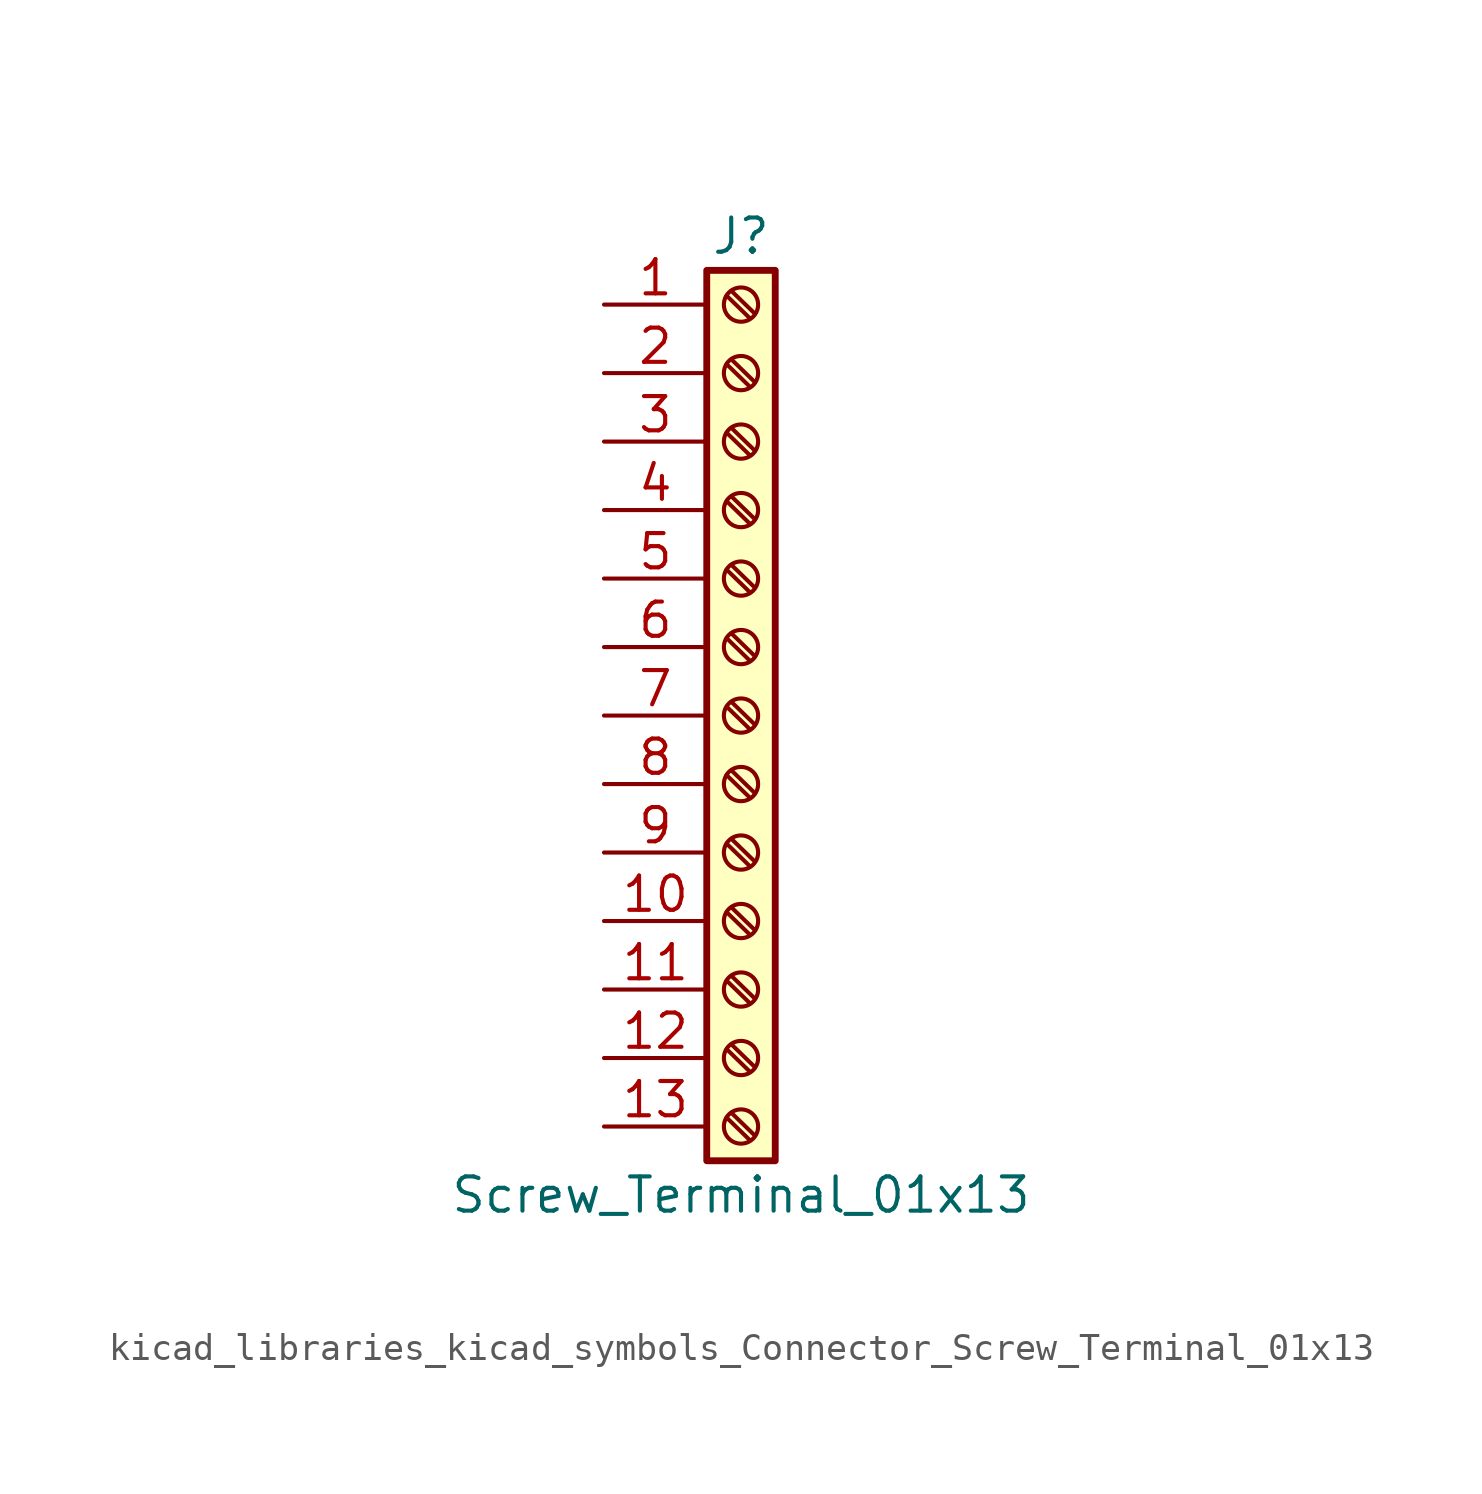
<source format=kicad_sym>
(kicad_symbol_lib
  (version 20220914)
  (generator kicad_symbol_editor)
  (symbol "kicad_libraries_kicad_symbols_Connector_Screw_Terminal_01x13"
    (pin_names
      (offset 1.016) hide)
    (property "Reference" "J"
      (at 0 17.78 0)
      (effects (font (size 1.27 1.27))))
    (property "Value" "Screw_Terminal_01x13"
      (at 0 -17.78 0)
      (effects (font (size 1.27 1.27))))
    (symbol "kicad_libraries_kicad_symbols_Connector_Screw_Terminal_01x13_1_1"
      (rectangle (start -1.27 16.51) (end 1.27 -16.51) (stroke (width 0.254) (type default)) (fill (type background)))
      (circle (center 0 -15.24) (radius 0.635) (stroke (width 0.152) (type default)) (fill (type none)))
      (circle (center 0 -12.7) (radius 0.635) (stroke (width 0.152) (type default)) (fill (type none)))
      (circle (center 0 -10.16) (radius 0.635) (stroke (width 0.152) (type default)) (fill (type none)))
      (circle (center 0 -7.62) (radius 0.635) (stroke (width 0.152) (type default)) (fill (type none)))
      (circle (center 0 -5.08) (radius 0.635) (stroke (width 0.152) (type default)) (fill (type none)))
      (circle (center 0 -2.54) (radius 0.635) (stroke (width 0.152) (type default)) (fill (type none)))
      (polyline (pts (xy -0.533 -14.91) (xy 0.33 -15.748)) (stroke (width 0.152) (type default)) (fill (type none)))
      (polyline (pts (xy -0.533 -12.37) (xy 0.33 -13.208)) (stroke (width 0.152) (type default)) (fill (type none)))
      (polyline (pts (xy -0.533 -9.83) (xy 0.33 -10.668)) (stroke (width 0.152) (type default)) (fill (type none)))
      (polyline (pts (xy -0.533 -7.29) (xy 0.33 -8.128)) (stroke (width 0.152) (type default)) (fill (type none)))
      (polyline (pts (xy -0.533 -4.75) (xy 0.33 -5.588)) (stroke (width 0.152) (type default)) (fill (type none)))
      (polyline (pts (xy -0.533 -2.21) (xy 0.33 -3.048)) (stroke (width 0.152) (type default)) (fill (type none)))
      (polyline (pts (xy -0.533 0.33) (xy 0.33 -0.508)) (stroke (width 0.152) (type default)) (fill (type none)))
      (polyline (pts (xy -0.533 2.87) (xy 0.33 2.032)) (stroke (width 0.152) (type default)) (fill (type none)))
      (polyline (pts (xy -0.533 5.41) (xy 0.33 4.572)) (stroke (width 0.152) (type default)) (fill (type none)))
      (polyline (pts (xy -0.533 7.95) (xy 0.33 7.112)) (stroke (width 0.152) (type default)) (fill (type none)))
      (polyline (pts (xy -0.533 10.49) (xy 0.33 9.652)) (stroke (width 0.152) (type default)) (fill (type none)))
      (polyline (pts (xy -0.533 13.03) (xy 0.33 12.192)) (stroke (width 0.152) (type default)) (fill (type none)))
      (polyline (pts (xy -0.533 15.57) (xy 0.33 14.732)) (stroke (width 0.152) (type default)) (fill (type none)))
      (polyline (pts (xy -0.356 -14.732) (xy 0.508 -15.57)) (stroke (width 0.152) (type default)) (fill (type none)))
      (polyline (pts (xy -0.356 -12.192) (xy 0.508 -13.03)) (stroke (width 0.152) (type default)) (fill (type none)))
      (polyline (pts (xy -0.356 -9.652) (xy 0.508 -10.49)) (stroke (width 0.152) (type default)) (fill (type none)))
      (polyline (pts (xy -0.356 -7.112) (xy 0.508 -7.95)) (stroke (width 0.152) (type default)) (fill (type none)))
      (polyline (pts (xy -0.356 -4.572) (xy 0.508 -5.41)) (stroke (width 0.152) (type default)) (fill (type none)))
      (polyline (pts (xy -0.356 -2.032) (xy 0.508 -2.87)) (stroke (width 0.152) (type default)) (fill (type none)))
      (polyline (pts (xy -0.356 0.508) (xy 0.508 -0.33)) (stroke (width 0.152) (type default)) (fill (type none)))
      (polyline (pts (xy -0.356 3.048) (xy 0.508 2.21)) (stroke (width 0.152) (type default)) (fill (type none)))
      (polyline (pts (xy -0.356 5.588) (xy 0.508 4.75)) (stroke (width 0.152) (type default)) (fill (type none)))
      (polyline (pts (xy -0.356 8.128) (xy 0.508 7.29)) (stroke (width 0.152) (type default)) (fill (type none)))
      (polyline (pts (xy -0.356 10.668) (xy 0.508 9.83)) (stroke (width 0.152) (type default)) (fill (type none)))
      (polyline (pts (xy -0.356 13.208) (xy 0.508 12.37)) (stroke (width 0.152) (type default)) (fill (type none)))
      (polyline (pts (xy -0.356 15.748) (xy 0.508 14.91)) (stroke (width 0.152) (type default)) (fill (type none)))
      (circle (center 0 0) (radius 0.635) (stroke (width 0.152) (type default)) (fill (type none)))
      (circle (center 0 2.54) (radius 0.635) (stroke (width 0.152) (type default)) (fill (type none)))
      (circle (center 0 5.08) (radius 0.635) (stroke (width 0.152) (type default)) (fill (type none)))
      (circle (center 0 7.62) (radius 0.635) (stroke (width 0.152) (type default)) (fill (type none)))
      (circle (center 0 10.16) (radius 0.635) (stroke (width 0.152) (type default)) (fill (type none)))
      (circle (center 0 12.7) (radius 0.635) (stroke (width 0.152) (type default)) (fill (type none)))
      (circle (center 0 15.24) (radius 0.635) (stroke (width 0.152) (type default)) (fill (type none)))
      (pin passive line (at -5.08 15.24 0) (length 3.81) (name "Pin_1" (effects (font (size 1.27 1.27)))) (number "1" (effects (font (size 1.27 1.27)))))
      (pin passive line (at -5.08 -7.62 0) (length 3.81) (name "Pin_10" (effects (font (size 1.27 1.27)))) (number "10" (effects (font (size 1.27 1.27)))))
      (pin passive line (at -5.08 -10.16 0) (length 3.81) (name "Pin_11" (effects (font (size 1.27 1.27)))) (number "11" (effects (font (size 1.27 1.27)))))
      (pin passive line (at -5.08 -12.7 0) (length 3.81) (name "Pin_12" (effects (font (size 1.27 1.27)))) (number "12" (effects (font (size 1.27 1.27)))))
      (pin passive line (at -5.08 -15.24 0) (length 3.81) (name "Pin_13" (effects (font (size 1.27 1.27)))) (number "13" (effects (font (size 1.27 1.27)))))
      (pin passive line (at -5.08 12.7 0) (length 3.81) (name "Pin_2" (effects (font (size 1.27 1.27)))) (number "2" (effects (font (size 1.27 1.27)))))
      (pin passive line (at -5.08 10.16 0) (length 3.81) (name "Pin_3" (effects (font (size 1.27 1.27)))) (number "3" (effects (font (size 1.27 1.27)))))
      (pin passive line (at -5.08 7.62 0) (length 3.81) (name "Pin_4" (effects (font (size 1.27 1.27)))) (number "4" (effects (font (size 1.27 1.27)))))
      (pin passive line (at -5.08 5.08 0) (length 3.81) (name "Pin_5" (effects (font (size 1.27 1.27)))) (number "5" (effects (font (size 1.27 1.27)))))
      (pin passive line (at -5.08 2.54 0) (length 3.81) (name "Pin_6" (effects (font (size 1.27 1.27)))) (number "6" (effects (font (size 1.27 1.27)))))
      (pin passive line (at -5.08 0 0) (length 3.81) (name "Pin_7" (effects (font (size 1.27 1.27)))) (number "7" (effects (font (size 1.27 1.27)))))
      (pin passive line (at -5.08 -2.54 0) (length 3.81) (name "Pin_8" (effects (font (size 1.27 1.27)))) (number "8" (effects (font (size 1.27 1.27)))))
      (pin passive line (at -5.08 -5.08 0) (length 3.81) (name "Pin_9" (effects (font (size 1.27 1.27)))) (number "9" (effects (font (size 1.27 1.27))))))))
</source>
